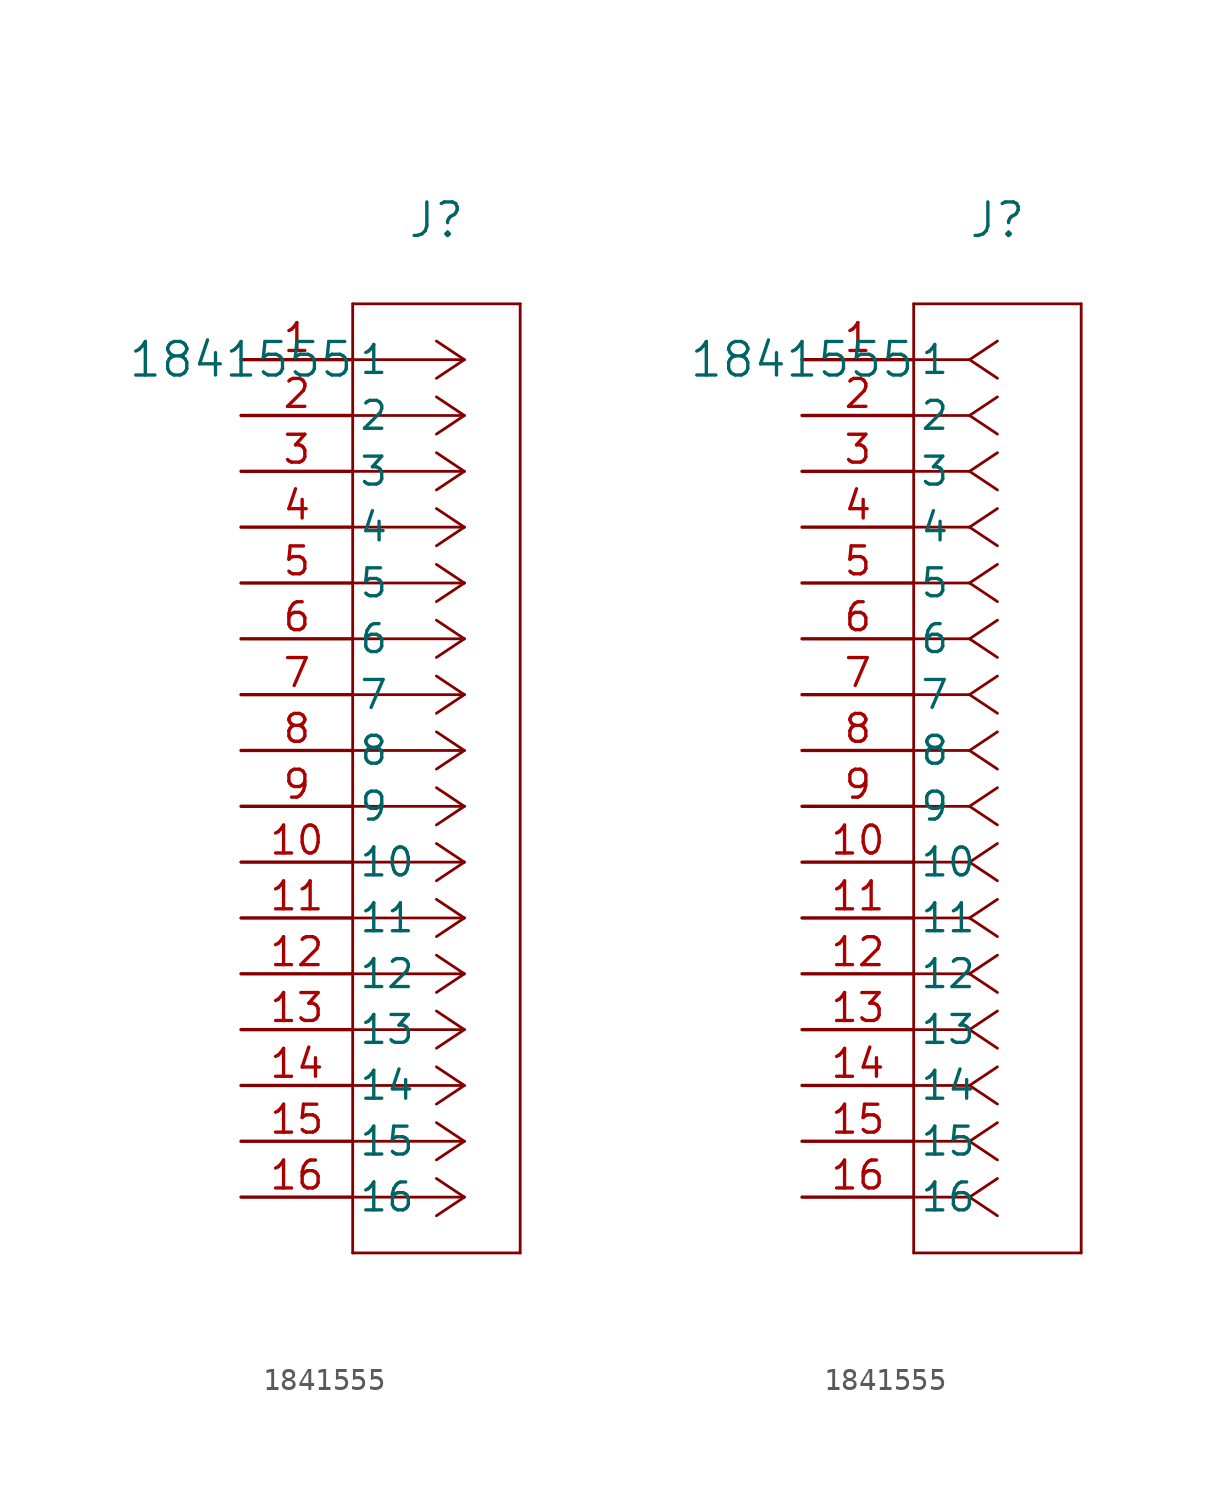
<source format=kicad_sym>
(kicad_symbol_lib
  (version 20241209)
  (generator "kicad_symbol_editor")
  (generator_version "9.0")
  (symbol "1841555"
    (pin_names
      (offset 0.254))
    (property "Reference" "J"
      (at 8.89 6.35 0)
      (effects (font (size 1.524 1.524))))
    (property "Value" "1841555"
      (at 0 0 0)
      (effects (font (size 1.524 1.524))))
    (property "ki_locked" ""
      (at 0 0 0)
      (effects (font (size 1.27 1.27))))
    (symbol "1841555_1_1"
      (polyline (pts (xy 5.08 2.54) (xy 5.08 -40.64)) (stroke (width 0.127) (type default)) (fill (type none)))
      (polyline (pts (xy 5.08 -40.64) (xy 12.7 -40.64)) (stroke (width 0.127) (type default)) (fill (type none)))
      (polyline (pts (xy 10.16 0) (xy 5.08 0)) (stroke (width 0.127) (type default)) (fill (type none)))
      (polyline (pts (xy 10.16 0) (xy 8.89 0.847)) (stroke (width 0.127) (type default)) (fill (type none)))
      (polyline (pts (xy 10.16 0) (xy 8.89 -0.847)) (stroke (width 0.127) (type default)) (fill (type none)))
      (polyline (pts (xy 10.16 -2.54) (xy 5.08 -2.54)) (stroke (width 0.127) (type default)) (fill (type none)))
      (polyline (pts (xy 10.16 -2.54) (xy 8.89 -1.693)) (stroke (width 0.127) (type default)) (fill (type none)))
      (polyline (pts (xy 10.16 -2.54) (xy 8.89 -3.387)) (stroke (width 0.127) (type default)) (fill (type none)))
      (polyline (pts (xy 10.16 -5.08) (xy 5.08 -5.08)) (stroke (width 0.127) (type default)) (fill (type none)))
      (polyline (pts (xy 10.16 -5.08) (xy 8.89 -4.233)) (stroke (width 0.127) (type default)) (fill (type none)))
      (polyline (pts (xy 10.16 -5.08) (xy 8.89 -5.927)) (stroke (width 0.127) (type default)) (fill (type none)))
      (polyline (pts (xy 10.16 -7.62) (xy 5.08 -7.62)) (stroke (width 0.127) (type default)) (fill (type none)))
      (polyline (pts (xy 10.16 -7.62) (xy 8.89 -6.773)) (stroke (width 0.127) (type default)) (fill (type none)))
      (polyline (pts (xy 10.16 -7.62) (xy 8.89 -8.467)) (stroke (width 0.127) (type default)) (fill (type none)))
      (polyline (pts (xy 10.16 -10.16) (xy 5.08 -10.16)) (stroke (width 0.127) (type default)) (fill (type none)))
      (polyline (pts (xy 10.16 -10.16) (xy 8.89 -9.313)) (stroke (width 0.127) (type default)) (fill (type none)))
      (polyline (pts (xy 10.16 -10.16) (xy 8.89 -11.007)) (stroke (width 0.127) (type default)) (fill (type none)))
      (polyline (pts (xy 10.16 -12.7) (xy 5.08 -12.7)) (stroke (width 0.127) (type default)) (fill (type none)))
      (polyline (pts (xy 10.16 -12.7) (xy 8.89 -11.853)) (stroke (width 0.127) (type default)) (fill (type none)))
      (polyline (pts (xy 10.16 -12.7) (xy 8.89 -13.547)) (stroke (width 0.127) (type default)) (fill (type none)))
      (polyline (pts (xy 10.16 -15.24) (xy 5.08 -15.24)) (stroke (width 0.127) (type default)) (fill (type none)))
      (polyline (pts (xy 10.16 -15.24) (xy 8.89 -14.393)) (stroke (width 0.127) (type default)) (fill (type none)))
      (polyline (pts (xy 10.16 -15.24) (xy 8.89 -16.087)) (stroke (width 0.127) (type default)) (fill (type none)))
      (polyline (pts (xy 10.16 -17.78) (xy 5.08 -17.78)) (stroke (width 0.127) (type default)) (fill (type none)))
      (polyline (pts (xy 10.16 -17.78) (xy 8.89 -16.933)) (stroke (width 0.127) (type default)) (fill (type none)))
      (polyline (pts (xy 10.16 -17.78) (xy 8.89 -18.627)) (stroke (width 0.127) (type default)) (fill (type none)))
      (polyline (pts (xy 10.16 -20.32) (xy 5.08 -20.32)) (stroke (width 0.127) (type default)) (fill (type none)))
      (polyline (pts (xy 10.16 -20.32) (xy 8.89 -19.473)) (stroke (width 0.127) (type default)) (fill (type none)))
      (polyline (pts (xy 10.16 -20.32) (xy 8.89 -21.167)) (stroke (width 0.127) (type default)) (fill (type none)))
      (polyline (pts (xy 10.16 -22.86) (xy 5.08 -22.86)) (stroke (width 0.127) (type default)) (fill (type none)))
      (polyline (pts (xy 10.16 -22.86) (xy 8.89 -22.013)) (stroke (width 0.127) (type default)) (fill (type none)))
      (polyline (pts (xy 10.16 -22.86) (xy 8.89 -23.707)) (stroke (width 0.127) (type default)) (fill (type none)))
      (polyline (pts (xy 10.16 -25.4) (xy 5.08 -25.4)) (stroke (width 0.127) (type default)) (fill (type none)))
      (polyline (pts (xy 10.16 -25.4) (xy 8.89 -24.553)) (stroke (width 0.127) (type default)) (fill (type none)))
      (polyline (pts (xy 10.16 -25.4) (xy 8.89 -26.247)) (stroke (width 0.127) (type default)) (fill (type none)))
      (polyline (pts (xy 10.16 -27.94) (xy 5.08 -27.94)) (stroke (width 0.127) (type default)) (fill (type none)))
      (polyline (pts (xy 10.16 -27.94) (xy 8.89 -27.093)) (stroke (width 0.127) (type default)) (fill (type none)))
      (polyline (pts (xy 10.16 -27.94) (xy 8.89 -28.787)) (stroke (width 0.127) (type default)) (fill (type none)))
      (polyline (pts (xy 10.16 -30.48) (xy 5.08 -30.48)) (stroke (width 0.127) (type default)) (fill (type none)))
      (polyline (pts (xy 10.16 -30.48) (xy 8.89 -29.633)) (stroke (width 0.127) (type default)) (fill (type none)))
      (polyline (pts (xy 10.16 -30.48) (xy 8.89 -31.327)) (stroke (width 0.127) (type default)) (fill (type none)))
      (polyline (pts (xy 10.16 -33.02) (xy 5.08 -33.02)) (stroke (width 0.127) (type default)) (fill (type none)))
      (polyline (pts (xy 10.16 -33.02) (xy 8.89 -32.173)) (stroke (width 0.127) (type default)) (fill (type none)))
      (polyline (pts (xy 10.16 -33.02) (xy 8.89 -33.867)) (stroke (width 0.127) (type default)) (fill (type none)))
      (polyline (pts (xy 10.16 -35.56) (xy 5.08 -35.56)) (stroke (width 0.127) (type default)) (fill (type none)))
      (polyline (pts (xy 10.16 -35.56) (xy 8.89 -34.713)) (stroke (width 0.127) (type default)) (fill (type none)))
      (polyline (pts (xy 10.16 -35.56) (xy 8.89 -36.407)) (stroke (width 0.127) (type default)) (fill (type none)))
      (polyline (pts (xy 10.16 -38.1) (xy 5.08 -38.1)) (stroke (width 0.127) (type default)) (fill (type none)))
      (polyline (pts (xy 10.16 -38.1) (xy 8.89 -37.253)) (stroke (width 0.127) (type default)) (fill (type none)))
      (polyline (pts (xy 10.16 -38.1) (xy 8.89 -38.947)) (stroke (width 0.127) (type default)) (fill (type none)))
      (polyline (pts (xy 12.7 2.54) (xy 5.08 2.54)) (stroke (width 0.127) (type default)) (fill (type none)))
      (polyline (pts (xy 12.7 -40.64) (xy 12.7 2.54)) (stroke (width 0.127) (type default)) (fill (type none)))
      (pin unspecified line (at 0 0 0) (length 5.08) (name "1" (effects (font (size 1.27 1.27)))) (number "1" (effects (font (size 1.27 1.27)))))
      (pin unspecified line (at 0 -2.54 0) (length 5.08) (name "2" (effects (font (size 1.27 1.27)))) (number "2" (effects (font (size 1.27 1.27)))))
      (pin unspecified line (at 0 -5.08 0) (length 5.08) (name "3" (effects (font (size 1.27 1.27)))) (number "3" (effects (font (size 1.27 1.27)))))
      (pin unspecified line (at 0 -7.62 0) (length 5.08) (name "4" (effects (font (size 1.27 1.27)))) (number "4" (effects (font (size 1.27 1.27)))))
      (pin unspecified line (at 0 -10.16 0) (length 5.08) (name "5" (effects (font (size 1.27 1.27)))) (number "5" (effects (font (size 1.27 1.27)))))
      (pin unspecified line (at 0 -12.7 0) (length 5.08) (name "6" (effects (font (size 1.27 1.27)))) (number "6" (effects (font (size 1.27 1.27)))))
      (pin unspecified line (at 0 -15.24 0) (length 5.08) (name "7" (effects (font (size 1.27 1.27)))) (number "7" (effects (font (size 1.27 1.27)))))
      (pin unspecified line (at 0 -17.78 0) (length 5.08) (name "8" (effects (font (size 1.27 1.27)))) (number "8" (effects (font (size 1.27 1.27)))))
      (pin unspecified line (at 0 -20.32 0) (length 5.08) (name "9" (effects (font (size 1.27 1.27)))) (number "9" (effects (font (size 1.27 1.27)))))
      (pin unspecified line (at 0 -22.86 0) (length 5.08) (name "10" (effects (font (size 1.27 1.27)))) (number "10" (effects (font (size 1.27 1.27)))))
      (pin unspecified line (at 0 -25.4 0) (length 5.08) (name "11" (effects (font (size 1.27 1.27)))) (number "11" (effects (font (size 1.27 1.27)))))
      (pin unspecified line (at 0 -27.94 0) (length 5.08) (name "12" (effects (font (size 1.27 1.27)))) (number "12" (effects (font (size 1.27 1.27)))))
      (pin unspecified line (at 0 -30.48 0) (length 5.08) (name "13" (effects (font (size 1.27 1.27)))) (number "13" (effects (font (size 1.27 1.27)))))
      (pin unspecified line (at 0 -33.02 0) (length 5.08) (name "14" (effects (font (size 1.27 1.27)))) (number "14" (effects (font (size 1.27 1.27)))))
      (pin unspecified line (at 0 -35.56 0) (length 5.08) (name "15" (effects (font (size 1.27 1.27)))) (number "15" (effects (font (size 1.27 1.27)))))
      (pin unspecified line (at 0 -38.1 0) (length 5.08) (name "16" (effects (font (size 1.27 1.27)))) (number "16" (effects (font (size 1.27 1.27))))))
    (symbol "1841555_1_2"
      (polyline (pts (xy 5.08 2.54) (xy 5.08 -40.64)) (stroke (width 0.127) (type default)) (fill (type none)))
      (polyline (pts (xy 5.08 -40.64) (xy 12.7 -40.64)) (stroke (width 0.127) (type default)) (fill (type none)))
      (polyline (pts (xy 7.62 0) (xy 5.08 0)) (stroke (width 0.127) (type default)) (fill (type none)))
      (polyline (pts (xy 7.62 0) (xy 8.89 0.847)) (stroke (width 0.127) (type default)) (fill (type none)))
      (polyline (pts (xy 7.62 0) (xy 8.89 -0.847)) (stroke (width 0.127) (type default)) (fill (type none)))
      (polyline (pts (xy 7.62 -2.54) (xy 5.08 -2.54)) (stroke (width 0.127) (type default)) (fill (type none)))
      (polyline (pts (xy 7.62 -2.54) (xy 8.89 -1.693)) (stroke (width 0.127) (type default)) (fill (type none)))
      (polyline (pts (xy 7.62 -2.54) (xy 8.89 -3.387)) (stroke (width 0.127) (type default)) (fill (type none)))
      (polyline (pts (xy 7.62 -5.08) (xy 5.08 -5.08)) (stroke (width 0.127) (type default)) (fill (type none)))
      (polyline (pts (xy 7.62 -5.08) (xy 8.89 -4.233)) (stroke (width 0.127) (type default)) (fill (type none)))
      (polyline (pts (xy 7.62 -5.08) (xy 8.89 -5.927)) (stroke (width 0.127) (type default)) (fill (type none)))
      (polyline (pts (xy 7.62 -7.62) (xy 5.08 -7.62)) (stroke (width 0.127) (type default)) (fill (type none)))
      (polyline (pts (xy 7.62 -7.62) (xy 8.89 -6.773)) (stroke (width 0.127) (type default)) (fill (type none)))
      (polyline (pts (xy 7.62 -7.62) (xy 8.89 -8.467)) (stroke (width 0.127) (type default)) (fill (type none)))
      (polyline (pts (xy 7.62 -10.16) (xy 5.08 -10.16)) (stroke (width 0.127) (type default)) (fill (type none)))
      (polyline (pts (xy 7.62 -10.16) (xy 8.89 -9.313)) (stroke (width 0.127) (type default)) (fill (type none)))
      (polyline (pts (xy 7.62 -10.16) (xy 8.89 -11.007)) (stroke (width 0.127) (type default)) (fill (type none)))
      (polyline (pts (xy 7.62 -12.7) (xy 5.08 -12.7)) (stroke (width 0.127) (type default)) (fill (type none)))
      (polyline (pts (xy 7.62 -12.7) (xy 8.89 -11.853)) (stroke (width 0.127) (type default)) (fill (type none)))
      (polyline (pts (xy 7.62 -12.7) (xy 8.89 -13.547)) (stroke (width 0.127) (type default)) (fill (type none)))
      (polyline (pts (xy 7.62 -15.24) (xy 5.08 -15.24)) (stroke (width 0.127) (type default)) (fill (type none)))
      (polyline (pts (xy 7.62 -15.24) (xy 8.89 -14.393)) (stroke (width 0.127) (type default)) (fill (type none)))
      (polyline (pts (xy 7.62 -15.24) (xy 8.89 -16.087)) (stroke (width 0.127) (type default)) (fill (type none)))
      (polyline (pts (xy 7.62 -17.78) (xy 5.08 -17.78)) (stroke (width 0.127) (type default)) (fill (type none)))
      (polyline (pts (xy 7.62 -17.78) (xy 8.89 -16.933)) (stroke (width 0.127) (type default)) (fill (type none)))
      (polyline (pts (xy 7.62 -17.78) (xy 8.89 -18.627)) (stroke (width 0.127) (type default)) (fill (type none)))
      (polyline (pts (xy 7.62 -20.32) (xy 5.08 -20.32)) (stroke (width 0.127) (type default)) (fill (type none)))
      (polyline (pts (xy 7.62 -20.32) (xy 8.89 -19.473)) (stroke (width 0.127) (type default)) (fill (type none)))
      (polyline (pts (xy 7.62 -20.32) (xy 8.89 -21.167)) (stroke (width 0.127) (type default)) (fill (type none)))
      (polyline (pts (xy 7.62 -22.86) (xy 5.08 -22.86)) (stroke (width 0.127) (type default)) (fill (type none)))
      (polyline (pts (xy 7.62 -22.86) (xy 8.89 -22.013)) (stroke (width 0.127) (type default)) (fill (type none)))
      (polyline (pts (xy 7.62 -22.86) (xy 8.89 -23.707)) (stroke (width 0.127) (type default)) (fill (type none)))
      (polyline (pts (xy 7.62 -25.4) (xy 5.08 -25.4)) (stroke (width 0.127) (type default)) (fill (type none)))
      (polyline (pts (xy 7.62 -25.4) (xy 8.89 -24.553)) (stroke (width 0.127) (type default)) (fill (type none)))
      (polyline (pts (xy 7.62 -25.4) (xy 8.89 -26.247)) (stroke (width 0.127) (type default)) (fill (type none)))
      (polyline (pts (xy 7.62 -27.94) (xy 5.08 -27.94)) (stroke (width 0.127) (type default)) (fill (type none)))
      (polyline (pts (xy 7.62 -27.94) (xy 8.89 -27.093)) (stroke (width 0.127) (type default)) (fill (type none)))
      (polyline (pts (xy 7.62 -27.94) (xy 8.89 -28.787)) (stroke (width 0.127) (type default)) (fill (type none)))
      (polyline (pts (xy 7.62 -30.48) (xy 5.08 -30.48)) (stroke (width 0.127) (type default)) (fill (type none)))
      (polyline (pts (xy 7.62 -30.48) (xy 8.89 -29.633)) (stroke (width 0.127) (type default)) (fill (type none)))
      (polyline (pts (xy 7.62 -30.48) (xy 8.89 -31.327)) (stroke (width 0.127) (type default)) (fill (type none)))
      (polyline (pts (xy 7.62 -33.02) (xy 5.08 -33.02)) (stroke (width 0.127) (type default)) (fill (type none)))
      (polyline (pts (xy 7.62 -33.02) (xy 8.89 -32.173)) (stroke (width 0.127) (type default)) (fill (type none)))
      (polyline (pts (xy 7.62 -33.02) (xy 8.89 -33.867)) (stroke (width 0.127) (type default)) (fill (type none)))
      (polyline (pts (xy 7.62 -35.56) (xy 5.08 -35.56)) (stroke (width 0.127) (type default)) (fill (type none)))
      (polyline (pts (xy 7.62 -35.56) (xy 8.89 -34.713)) (stroke (width 0.127) (type default)) (fill (type none)))
      (polyline (pts (xy 7.62 -35.56) (xy 8.89 -36.407)) (stroke (width 0.127) (type default)) (fill (type none)))
      (polyline (pts (xy 7.62 -38.1) (xy 5.08 -38.1)) (stroke (width 0.127) (type default)) (fill (type none)))
      (polyline (pts (xy 7.62 -38.1) (xy 8.89 -37.253)) (stroke (width 0.127) (type default)) (fill (type none)))
      (polyline (pts (xy 7.62 -38.1) (xy 8.89 -38.947)) (stroke (width 0.127) (type default)) (fill (type none)))
      (polyline (pts (xy 12.7 2.54) (xy 5.08 2.54)) (stroke (width 0.127) (type default)) (fill (type none)))
      (polyline (pts (xy 12.7 -40.64) (xy 12.7 2.54)) (stroke (width 0.127) (type default)) (fill (type none)))
      (pin unspecified line (at 0 0 0) (length 5.08) (name "1" (effects (font (size 1.27 1.27)))) (number "1" (effects (font (size 1.27 1.27)))))
      (pin unspecified line (at 0 -2.54 0) (length 5.08) (name "2" (effects (font (size 1.27 1.27)))) (number "2" (effects (font (size 1.27 1.27)))))
      (pin unspecified line (at 0 -5.08 0) (length 5.08) (name "3" (effects (font (size 1.27 1.27)))) (number "3" (effects (font (size 1.27 1.27)))))
      (pin unspecified line (at 0 -7.62 0) (length 5.08) (name "4" (effects (font (size 1.27 1.27)))) (number "4" (effects (font (size 1.27 1.27)))))
      (pin unspecified line (at 0 -10.16 0) (length 5.08) (name "5" (effects (font (size 1.27 1.27)))) (number "5" (effects (font (size 1.27 1.27)))))
      (pin unspecified line (at 0 -12.7 0) (length 5.08) (name "6" (effects (font (size 1.27 1.27)))) (number "6" (effects (font (size 1.27 1.27)))))
      (pin unspecified line (at 0 -15.24 0) (length 5.08) (name "7" (effects (font (size 1.27 1.27)))) (number "7" (effects (font (size 1.27 1.27)))))
      (pin unspecified line (at 0 -17.78 0) (length 5.08) (name "8" (effects (font (size 1.27 1.27)))) (number "8" (effects (font (size 1.27 1.27)))))
      (pin unspecified line (at 0 -20.32 0) (length 5.08) (name "9" (effects (font (size 1.27 1.27)))) (number "9" (effects (font (size 1.27 1.27)))))
      (pin unspecified line (at 0 -22.86 0) (length 5.08) (name "10" (effects (font (size 1.27 1.27)))) (number "10" (effects (font (size 1.27 1.27)))))
      (pin unspecified line (at 0 -25.4 0) (length 5.08) (name "11" (effects (font (size 1.27 1.27)))) (number "11" (effects (font (size 1.27 1.27)))))
      (pin unspecified line (at 0 -27.94 0) (length 5.08) (name "12" (effects (font (size 1.27 1.27)))) (number "12" (effects (font (size 1.27 1.27)))))
      (pin unspecified line (at 0 -30.48 0) (length 5.08) (name "13" (effects (font (size 1.27 1.27)))) (number "13" (effects (font (size 1.27 1.27)))))
      (pin unspecified line (at 0 -33.02 0) (length 5.08) (name "14" (effects (font (size 1.27 1.27)))) (number "14" (effects (font (size 1.27 1.27)))))
      (pin unspecified line (at 0 -35.56 0) (length 5.08) (name "15" (effects (font (size 1.27 1.27)))) (number "15" (effects (font (size 1.27 1.27)))))
      (pin unspecified line (at 0 -38.1 0) (length 5.08) (name "16" (effects (font (size 1.27 1.27)))) (number "16" (effects (font (size 1.27 1.27))))))))
</source>
